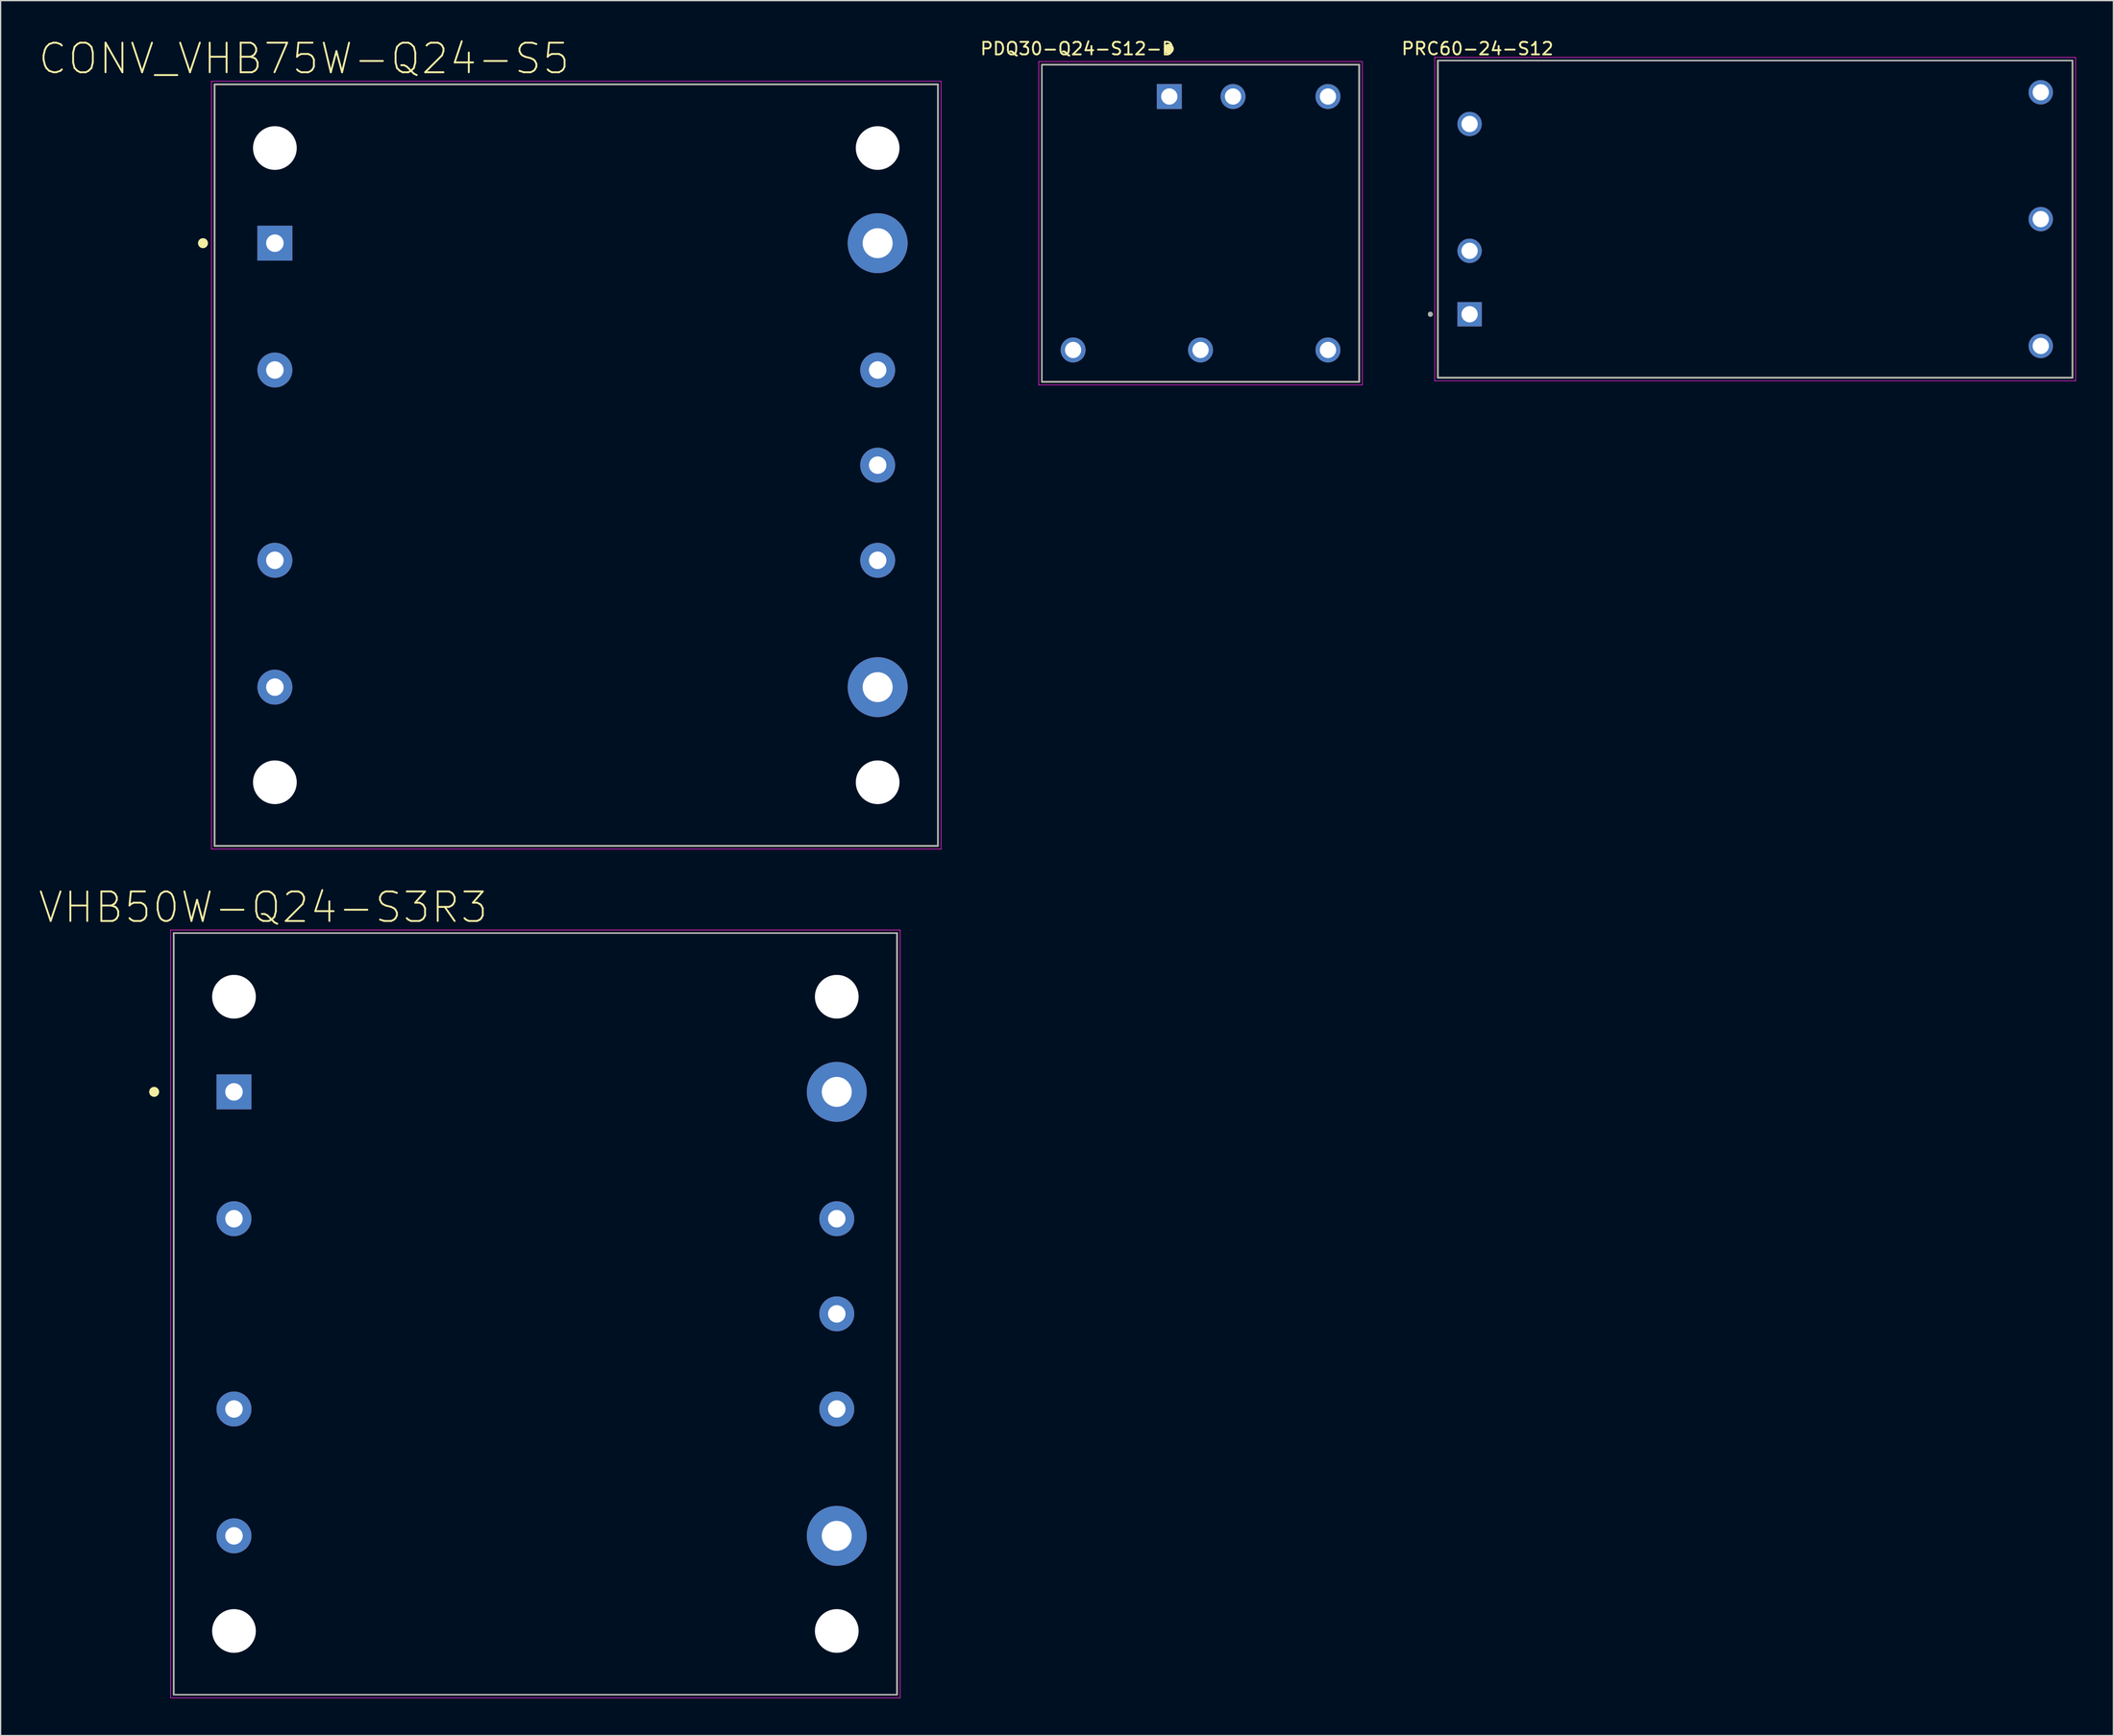
<source format=kicad_pcb>
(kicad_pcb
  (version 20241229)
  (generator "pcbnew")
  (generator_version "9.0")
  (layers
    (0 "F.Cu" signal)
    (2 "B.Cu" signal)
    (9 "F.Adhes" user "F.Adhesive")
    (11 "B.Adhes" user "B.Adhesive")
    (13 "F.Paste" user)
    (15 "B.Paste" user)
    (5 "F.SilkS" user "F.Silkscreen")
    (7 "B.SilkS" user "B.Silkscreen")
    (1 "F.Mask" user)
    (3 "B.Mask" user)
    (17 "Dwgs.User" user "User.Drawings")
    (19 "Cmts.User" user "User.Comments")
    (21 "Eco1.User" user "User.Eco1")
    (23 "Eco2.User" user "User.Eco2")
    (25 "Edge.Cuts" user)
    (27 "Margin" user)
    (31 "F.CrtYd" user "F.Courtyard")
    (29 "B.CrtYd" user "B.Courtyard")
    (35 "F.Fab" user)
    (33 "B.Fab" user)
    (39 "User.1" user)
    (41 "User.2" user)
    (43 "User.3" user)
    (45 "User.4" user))
  (footprint "PDQ30-Q24-S12-D"
    (layer "F.Cu")
    (at 93.047 14.831)
    (property "Reference" "PDQ30-Q24-S12-D" (at -9.857 -13.981 0) (layer "F.SilkS") (effects (font (size 1.003 1.003) (thickness 0.15))))
    (attr through_hole)
    (fp_line (start -12.7 -12.7) (end 12.7 -12.7) (stroke (width 0.127) (type solid)) (layer "F.SilkS"))
    (fp_line (start -12.7 12.7) (end -12.7 -12.7) (stroke (width 0.127) (type solid)) (layer "F.SilkS"))
    (fp_line (start 12.7 -12.7) (end 12.7 12.7) (stroke (width 0.127) (type solid)) (layer "F.SilkS"))
    (fp_line (start 12.7 12.7) (end -12.7 12.7) (stroke (width 0.127) (type solid)) (layer "F.SilkS"))
    (fp_circle (center -2.54 -13.97) (end -2.34 -13.97) (stroke (width 0.4) (type solid)) (fill no) (layer "F.SilkS"))
    (fp_line (start -12.95 -12.95) (end 12.95 -12.95) (stroke (width 0.05) (type solid)) (layer "F.CrtYd"))
    (fp_line (start -12.95 12.95) (end -12.95 -12.95) (stroke (width 0.05) (type solid)) (layer "F.CrtYd"))
    (fp_line (start 12.95 -12.95) (end 12.95 12.95) (stroke (width 0.05) (type solid)) (layer "F.CrtYd"))
    (fp_line (start 12.95 12.95) (end -12.95 12.95) (stroke (width 0.05) (type solid)) (layer "F.CrtYd"))
    (fp_line (start -12.7 -12.7) (end 12.7 -12.7) (stroke (width 0.127) (type solid)) (layer "F.Fab"))
    (fp_line (start -12.7 12.7) (end -12.7 -12.7) (stroke (width 0.127) (type solid)) (layer "F.Fab"))
    (fp_line (start 12.7 -12.7) (end 12.7 12.7) (stroke (width 0.127) (type solid)) (layer "F.Fab"))
    (fp_line (start 12.7 12.7) (end -12.7 12.7) (stroke (width 0.127) (type solid)) (layer "F.Fab"))
    (fp_circle (center -2.54 -10.16) (end -2.34 -10.16) (stroke (width 0.4) (type solid)) (fill no) (layer "F.Fab"))
    (pad "1" thru_hole rect (at -2.5 -10.15) (size 2 2) (drill 1.3) (layers "*.Cu" "*.Mask"))
    (pad "2" thru_hole circle (at 2.6 -10.15) (size 2 2) (drill 1.3) (layers "*.Cu" "*.Mask"))
    (pad "3" thru_hole circle (at -10.2 10.15) (size 2 2) (drill 1.3) (layers "*.Cu" "*.Mask"))
    (pad "4" thru_hole circle (at 0 10.15) (size 2 2) (drill 1.3) (layers "*.Cu" "*.Mask"))
    (pad "5" thru_hole circle (at 10.2 10.15) (size 2 2) (drill 1.3) (layers "*.Cu" "*.Mask"))
    (pad "6" thru_hole circle (at 10.2 -10.15) (size 2 2) (drill 1.3) (layers "*.Cu" "*.Mask")))
  (footprint "CONV_VHB75W-Q24-S5"
    (layer "F.Cu")
    (at 43.077 34.207)
    (property "Reference" "CONV_VHB75W-Q24-S5" (at -21.79 -32.559 0) (layer "F.SilkS") (effects (font (size 2.367 2.367) (thickness 0.15))))
    (attr through_hole)
    (fp_line (start -28.95 -30.5) (end 28.95 -30.5) (stroke (width 0.127) (type solid)) (layer "F.SilkS"))
    (fp_line (start -28.95 30.5) (end -28.95 -30.5) (stroke (width 0.127) (type solid)) (layer "F.SilkS"))
    (fp_line (start 28.95 -30.5) (end 28.95 30.5) (stroke (width 0.127) (type solid)) (layer "F.SilkS"))
    (fp_line (start 28.95 30.5) (end -28.95 30.5) (stroke (width 0.127) (type solid)) (layer "F.SilkS"))
    (fp_circle (center -29.88 -17.78) (end -29.68 -17.78) (stroke (width 0.4) (type solid)) (fill no) (layer "F.SilkS"))
    (fp_line (start -29.2 -30.75) (end 29.2 -30.75) (stroke (width 0.05) (type solid)) (layer "F.CrtYd"))
    (fp_line (start -29.2 30.75) (end -29.2 -30.75) (stroke (width 0.05) (type solid)) (layer "F.CrtYd"))
    (fp_line (start 29.2 -30.75) (end 29.2 30.75) (stroke (width 0.05) (type solid)) (layer "F.CrtYd"))
    (fp_line (start 29.2 30.75) (end -29.2 30.75) (stroke (width 0.05) (type solid)) (layer "F.CrtYd"))
    (fp_line (start -28.95 -30.5) (end 28.95 -30.5) (stroke (width 0.127) (type solid)) (layer "F.Fab"))
    (fp_line (start -28.95 30.5) (end -28.95 -30.5) (stroke (width 0.127) (type solid)) (layer "F.Fab"))
    (fp_line (start 28.95 -30.5) (end 28.95 30.5) (stroke (width 0.127) (type solid)) (layer "F.Fab"))
    (fp_line (start 28.95 30.5) (end -28.95 30.5) (stroke (width 0.127) (type solid)) (layer "F.Fab"))
    (fp_circle (center -24.125 -17.78) (end -23.925 -17.78) (stroke (width 0.4) (type solid)) (fill no) (layer "F.Fab"))
    (pad "" np_thru_hole circle (at -24.125 -25.4) (size 3.5 3.5) (drill 3.5) (layers "*.Cu" "*.Mask"))
    (pad "" np_thru_hole circle (at -24.125 25.4) (size 3.5 3.5) (drill 3.5) (layers "*.Cu" "*.Mask"))
    (pad "" np_thru_hole circle (at 24.125 -25.4) (size 3.5 3.5) (drill 3.5) (layers "*.Cu" "*.Mask"))
    (pad "" np_thru_hole circle (at 24.125 25.4) (size 3.5 3.5) (drill 3.5) (layers "*.Cu" "*.Mask"))
    (pad "1" thru_hole rect (at -24.125 -17.78) (size 2.8 2.8) (drill 1.4) (layers "*.Cu" "*.Mask"))
    (pad "2" thru_hole circle (at -24.125 -7.62) (size 2.8 2.8) (drill 1.4) (layers "*.Cu" "*.Mask"))
    (pad "3" thru_hole circle (at -24.125 7.62) (size 2.8 2.8) (drill 1.4) (layers "*.Cu" "*.Mask"))
    (pad "4" thru_hole circle (at -24.125 17.78) (size 2.8 2.8) (drill 1.4) (layers "*.Cu" "*.Mask"))
    (pad "5" thru_hole circle (at 24.125 17.78) (size 4.8 4.8) (drill 2.4) (layers "*.Cu" "*.Mask"))
    (pad "6" thru_hole circle (at 24.125 7.62) (size 2.8 2.8) (drill 1.4) (layers "*.Cu" "*.Mask"))
    (pad "7" thru_hole circle (at 24.125 0) (size 2.8 2.8) (drill 1.4) (layers "*.Cu" "*.Mask"))
    (pad "8" thru_hole circle (at 24.125 -7.62) (size 2.8 2.8) (drill 1.4) (layers "*.Cu" "*.Mask"))
    (pad "9" thru_hole circle (at 24.125 -17.78) (size 4.8 4.8) (drill 2.4) (layers "*.Cu" "*.Mask")))
  (footprint "PRC60-24-S12"
    (layer "F.Cu")
    (at 137.443 14.501)
    (property "Reference" "PRC60-24-S12" (at -22.225 -13.652 0) (layer "F.SilkS") (effects (font (size 1 1) (thickness 0.15))))
    (attr through_hole)
    (fp_line (start -25.4 -12.7) (end 25.4 -12.7) (stroke (width 0.127) (type solid)) (layer "F.SilkS"))
    (fp_line (start -25.4 12.7) (end -25.4 -12.7) (stroke (width 0.127) (type solid)) (layer "F.SilkS"))
    (fp_line (start 25.4 -12.7) (end 25.4 12.7) (stroke (width 0.127) (type solid)) (layer "F.SilkS"))
    (fp_line (start 25.4 12.7) (end -25.4 12.7) (stroke (width 0.127) (type solid)) (layer "F.SilkS"))
    (fp_circle (center -26 7.62) (end -25.9 7.62) (stroke (width 0.2) (type solid)) (fill no) (layer "F.SilkS"))
    (fp_line (start -25.65 -12.95) (end -25.65 12.95) (stroke (width 0.05) (type solid)) (layer "F.CrtYd"))
    (fp_line (start -25.65 12.95) (end 25.65 12.95) (stroke (width 0.05) (type solid)) (layer "F.CrtYd"))
    (fp_line (start 25.65 -12.95) (end -25.65 -12.95) (stroke (width 0.05) (type solid)) (layer "F.CrtYd"))
    (fp_line (start 25.65 12.95) (end 25.65 -12.95) (stroke (width 0.05) (type solid)) (layer "F.CrtYd"))
    (fp_line (start -25.4 -12.7) (end 25.4 -12.7) (stroke (width 0.127) (type solid)) (layer "F.Fab"))
    (fp_line (start -25.4 12.7) (end -25.4 -12.7) (stroke (width 0.127) (type solid)) (layer "F.Fab"))
    (fp_line (start 25.4 -12.7) (end 25.4 12.7) (stroke (width 0.127) (type solid)) (layer "F.Fab"))
    (fp_line (start 25.4 12.7) (end -25.4 12.7) (stroke (width 0.127) (type solid)) (layer "F.Fab"))
    (fp_circle (center -26 7.62) (end -25.9 7.62) (stroke (width 0.2) (type solid)) (fill no) (layer "F.Fab"))
    (pad "1" thru_hole rect (at -22.86 7.62) (size 1.95 1.95) (drill 1.3) (layers "*.Cu" "*.Mask"))
    (pad "2" thru_hole circle (at -22.86 2.54) (size 1.95 1.95) (drill 1.3) (layers "*.Cu" "*.Mask"))
    (pad "3" thru_hole circle (at -22.86 -7.62) (size 1.95 1.95) (drill 1.3) (layers "*.Cu" "*.Mask"))
    (pad "4" thru_hole circle (at 22.86 10.16) (size 1.95 1.95) (drill 1.3) (layers "*.Cu" "*.Mask"))
    (pad "5" thru_hole circle (at 22.86 0) (size 1.95 1.95) (drill 1.3) (layers "*.Cu" "*.Mask"))
    (pad "6" thru_hole circle (at 22.86 -10.16) (size 1.95 1.95) (drill 1.3) (layers "*.Cu" "*.Mask")))
  (footprint "VHB50W-Q24-S3R3"
    (layer "F.Cu")
    (at 39.804 102.185)
    (property "Reference" "VHB50W-Q24-S3R3" (at -21.787 -32.555 0) (layer "F.SilkS") (effects (font (size 2.366 2.366) (thickness 0.15))))
    (attr through_hole)
    (fp_line (start -28.95 -30.5) (end 28.95 -30.5) (stroke (width 0.127) (type solid)) (layer "F.SilkS"))
    (fp_line (start -28.95 30.5) (end -28.95 -30.5) (stroke (width 0.127) (type solid)) (layer "F.SilkS"))
    (fp_line (start 28.95 -30.5) (end 28.95 30.5) (stroke (width 0.127) (type solid)) (layer "F.SilkS"))
    (fp_line (start 28.95 30.5) (end -28.95 30.5) (stroke (width 0.127) (type solid)) (layer "F.SilkS"))
    (fp_circle (center -30.515 -17.78) (end -30.315 -17.78) (stroke (width 0.4) (type solid)) (fill no) (layer "F.SilkS"))
    (fp_line (start -29.2 -30.75) (end 29.2 -30.75) (stroke (width 0.05) (type solid)) (layer "F.CrtYd"))
    (fp_line (start -29.2 30.75) (end -29.2 -30.75) (stroke (width 0.05) (type solid)) (layer "F.CrtYd"))
    (fp_line (start 29.2 -30.75) (end 29.2 30.75) (stroke (width 0.05) (type solid)) (layer "F.CrtYd"))
    (fp_line (start 29.2 30.75) (end -29.2 30.75) (stroke (width 0.05) (type solid)) (layer "F.CrtYd"))
    (fp_line (start -28.95 -30.5) (end 28.95 -30.5) (stroke (width 0.127) (type solid)) (layer "F.Fab"))
    (fp_line (start -28.95 30.5) (end -28.95 -30.5) (stroke (width 0.127) (type solid)) (layer "F.Fab"))
    (fp_line (start 28.95 -30.5) (end 28.95 30.5) (stroke (width 0.127) (type solid)) (layer "F.Fab"))
    (fp_line (start 28.95 30.5) (end -28.95 30.5) (stroke (width 0.127) (type solid)) (layer "F.Fab"))
    (fp_circle (center -24.125 -17.78) (end -23.925 -17.78) (stroke (width 0.4) (type solid)) (fill no) (layer "F.Fab"))
    (pad "" np_thru_hole circle (at -24.125 -25.4) (size 3.5 3.5) (drill 3.5) (layers "*.Cu" "*.Mask"))
    (pad "" np_thru_hole circle (at -24.125 25.4) (size 3.5 3.5) (drill 3.5) (layers "*.Cu" "*.Mask"))
    (pad "" np_thru_hole circle (at 24.125 -25.4) (size 3.5 3.5) (drill 3.5) (layers "*.Cu" "*.Mask"))
    (pad "" np_thru_hole circle (at 24.125 25.4) (size 3.5 3.5) (drill 3.5) (layers "*.Cu" "*.Mask"))
    (pad "1" thru_hole rect (at -24.125 -17.78) (size 2.8 2.8) (drill 1.4) (layers "*.Cu" "*.Mask"))
    (pad "2" thru_hole circle (at -24.125 -7.62) (size 2.8 2.8) (drill 1.4) (layers "*.Cu" "*.Mask"))
    (pad "3" thru_hole circle (at -24.125 7.62) (size 2.8 2.8) (drill 1.4) (layers "*.Cu" "*.Mask"))
    (pad "4" thru_hole circle (at -24.125 17.78) (size 2.8 2.8) (drill 1.4) (layers "*.Cu" "*.Mask"))
    (pad "5" thru_hole circle (at 24.125 17.78) (size 4.8 4.8) (drill 2.4) (layers "*.Cu" "*.Mask"))
    (pad "6" thru_hole circle (at 24.125 7.62) (size 2.8 2.8) (drill 1.4) (layers "*.Cu" "*.Mask"))
    (pad "7" thru_hole circle (at 24.125 0) (size 2.8 2.8) (drill 1.4) (layers "*.Cu" "*.Mask"))
    (pad "8" thru_hole circle (at 24.125 -7.62) (size 2.8 2.8) (drill 1.4) (layers "*.Cu" "*.Mask"))
    (pad "9" thru_hole circle (at 24.125 -17.78) (size 4.8 4.8) (drill 2.4) (layers "*.Cu" "*.Mask")))
  (gr_rect
    (start -3 -3)
    (end 166.118 135.96)
    (stroke (width 0.1) (type default))
    (fill no)
    (layer "Edge.Cuts")))
</source>
